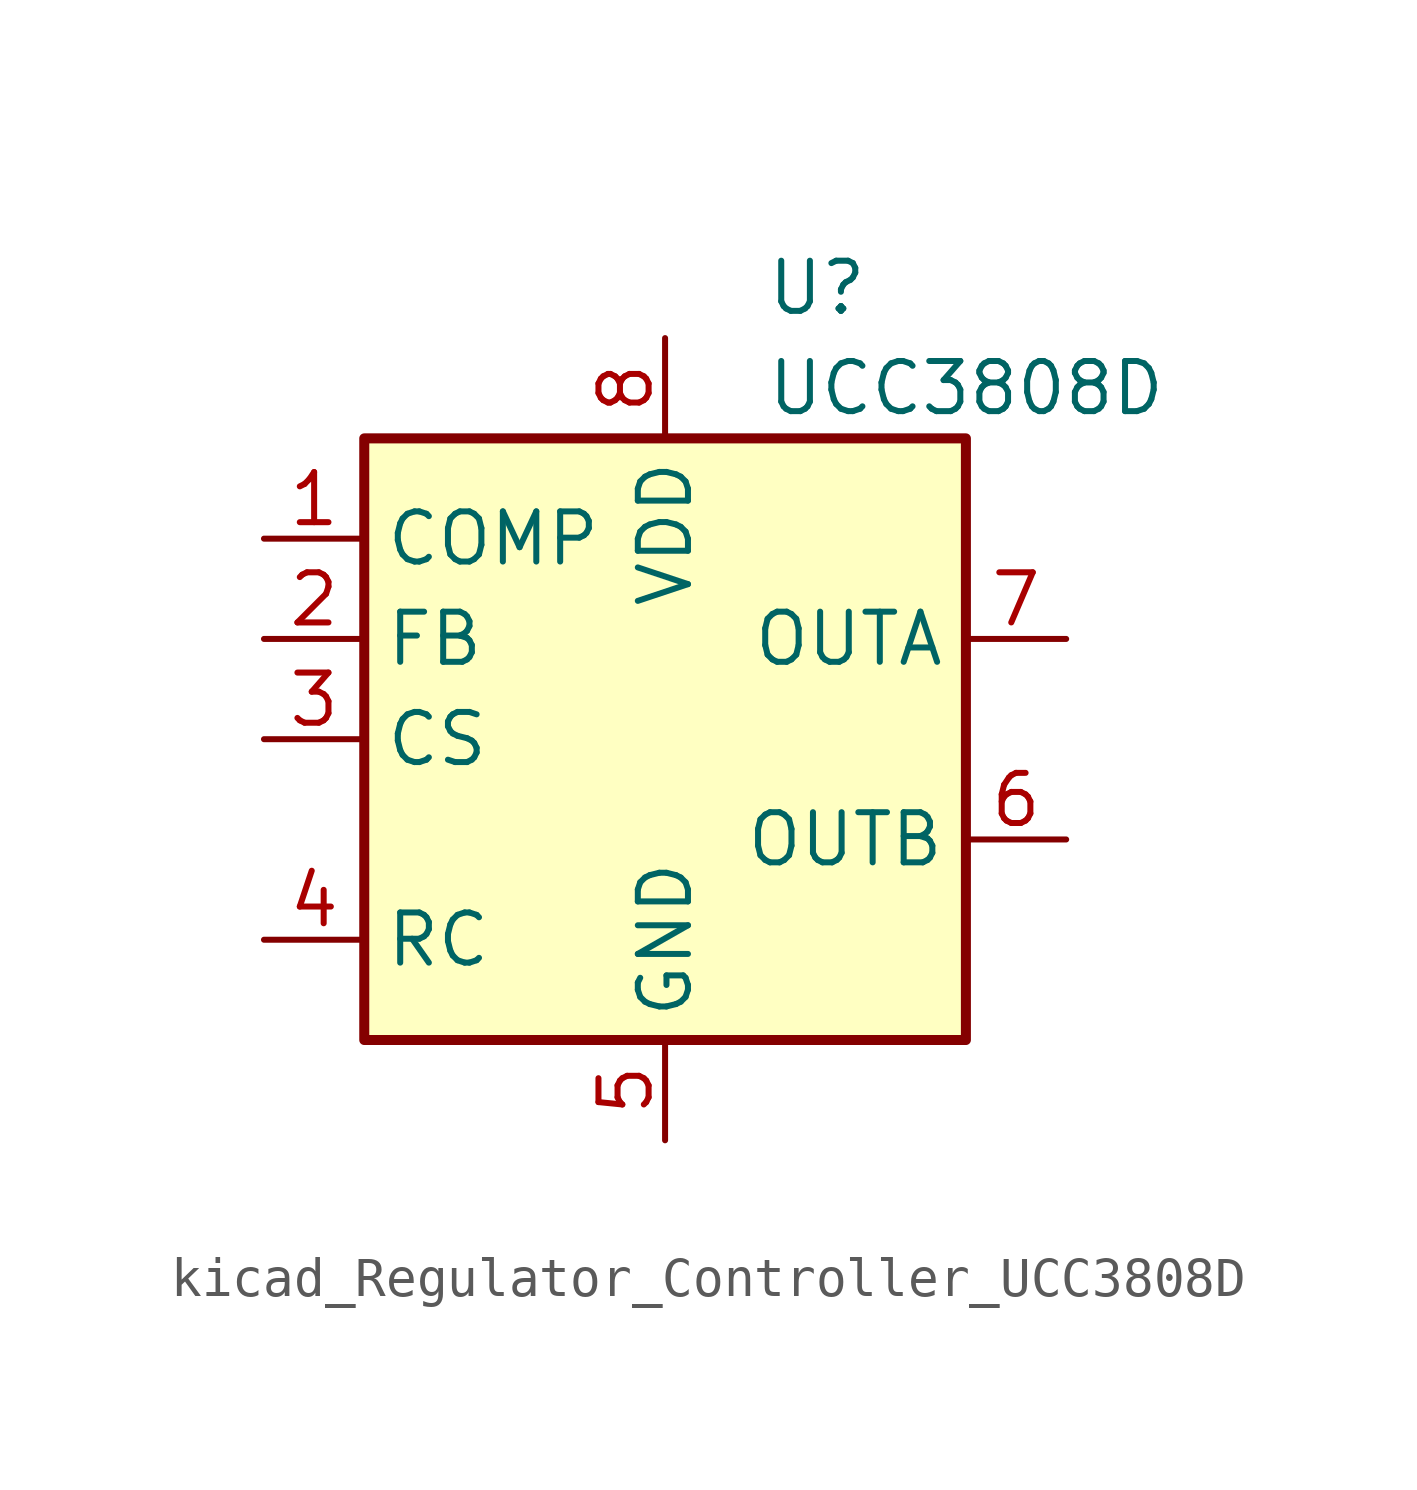
<source format=kicad_sym>
(kicad_symbol_lib
  (version 20220914)
  (generator kicad_symbol_editor)
  (symbol "kicad_Regulator_Controller_UCC3808D"
    (property "Reference" "U"
      (at 2.54 11.43 0)
      (effects (font (size 1.27 1.27)) (justify left)))
    (property "Value" "UCC3808D"
      (at 2.54 8.89 0)
      (effects (font (size 1.27 1.27)) (justify left)))
    (symbol "kicad_Regulator_Controller_UCC3808D_0_1"
      (rectangle (start -7.62 -7.62) (end 7.62 7.62) (stroke (width 0.254) (type default)) (fill (type background))))
    (symbol "kicad_Regulator_Controller_UCC3808D_1_1"
      (pin passive line (at -10.16 5.08 0) (length 2.54) (name "COMP" (effects (font (size 1.27 1.27)))) (number "1" (effects (font (size 1.27 1.27)))))
      (pin input line (at -10.16 2.54 0) (length 2.54) (name "FB" (effects (font (size 1.27 1.27)))) (number "2" (effects (font (size 1.27 1.27)))))
      (pin input line (at -10.16 0 0) (length 2.54) (name "CS" (effects (font (size 1.27 1.27)))) (number "3" (effects (font (size 1.27 1.27)))))
      (pin passive line (at -10.16 -5.08 0) (length 2.54) (name "RC" (effects (font (size 1.27 1.27)))) (number "4" (effects (font (size 1.27 1.27)))))
      (pin power_in line (at 0 -10.16 90) (length 2.54) (name "GND" (effects (font (size 1.27 1.27)))) (number "5" (effects (font (size 1.27 1.27)))))
      (pin output line (at 10.16 -2.54 180) (length 2.54) (name "OUTB" (effects (font (size 1.27 1.27)))) (number "6" (effects (font (size 1.27 1.27)))))
      (pin output line (at 10.16 2.54 180) (length 2.54) (name "OUTA" (effects (font (size 1.27 1.27)))) (number "7" (effects (font (size 1.27 1.27)))))
      (pin power_in line (at 0 10.16 270) (length 2.54) (name "VDD" (effects (font (size 1.27 1.27)))) (number "8" (effects (font (size 1.27 1.27))))))))
</source>
